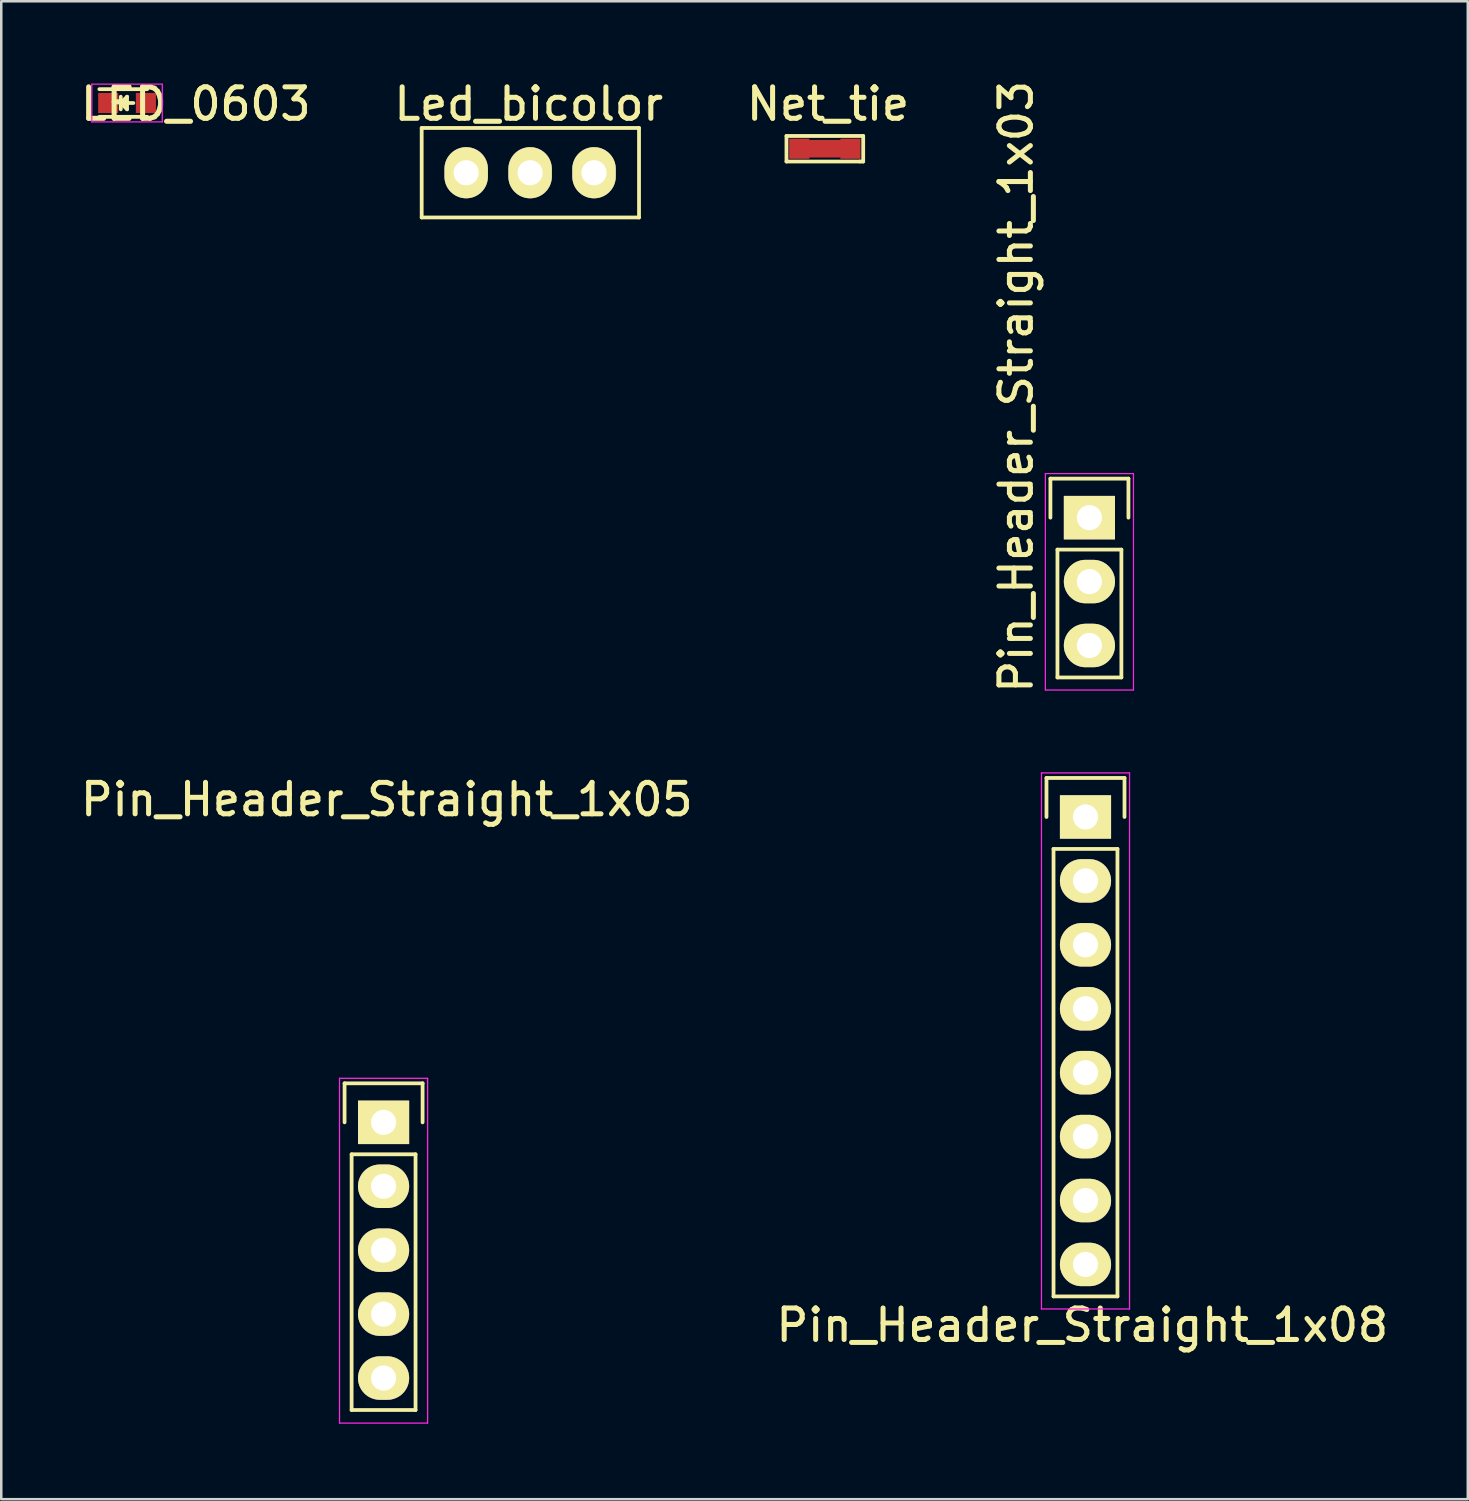
<source format=kicad_pcb>
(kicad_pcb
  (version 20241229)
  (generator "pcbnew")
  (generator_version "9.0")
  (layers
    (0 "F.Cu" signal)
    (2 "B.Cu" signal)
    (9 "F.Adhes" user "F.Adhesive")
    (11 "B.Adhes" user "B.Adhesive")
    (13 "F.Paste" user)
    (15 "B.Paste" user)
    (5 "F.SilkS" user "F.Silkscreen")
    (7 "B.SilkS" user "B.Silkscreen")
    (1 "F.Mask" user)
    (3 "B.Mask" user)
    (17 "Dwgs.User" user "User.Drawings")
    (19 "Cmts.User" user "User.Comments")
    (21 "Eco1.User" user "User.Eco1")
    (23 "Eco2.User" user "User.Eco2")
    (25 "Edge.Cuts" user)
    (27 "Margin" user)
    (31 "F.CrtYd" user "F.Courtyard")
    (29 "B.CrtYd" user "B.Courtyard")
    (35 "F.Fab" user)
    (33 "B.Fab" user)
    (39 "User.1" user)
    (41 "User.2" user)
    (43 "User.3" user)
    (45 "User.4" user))
  (footprint "Pin_Header_Straight_1x05"
    (layer "F.Cu")
    (at 12.191 41.545)
    (property "Reference" "Pin_Header_Straight_1x05" (at 0.127 -12.827 0) (layer "F.SilkS") (effects (font (size 1.25 1.25) (thickness 0.2))))
    (attr through_hole)
    (fp_line (start -1.55 -1.55) (end 1.55 -1.55) (stroke (width 0.15) (type solid)) (layer "F.SilkS"))
    (fp_line (start -1.55 0) (end -1.55 -1.55) (stroke (width 0.15) (type solid)) (layer "F.SilkS"))
    (fp_line (start -1.27 11.43) (end -1.27 1.27) (stroke (width 0.15) (type solid)) (layer "F.SilkS"))
    (fp_line (start 1.27 1.27) (end -1.27 1.27) (stroke (width 0.15) (type solid)) (layer "F.SilkS"))
    (fp_line (start 1.27 1.27) (end 1.27 11.43) (stroke (width 0.15) (type solid)) (layer "F.SilkS"))
    (fp_line (start 1.27 11.43) (end -1.27 11.43) (stroke (width 0.15) (type solid)) (layer "F.SilkS"))
    (fp_line (start 1.55 -1.55) (end 1.55 0) (stroke (width 0.15) (type solid)) (layer "F.SilkS"))
    (fp_line (start -1.75 -1.75) (end -1.75 11.95) (stroke (width 0.05) (type solid)) (layer "F.CrtYd"))
    (fp_line (start -1.75 -1.75) (end 1.75 -1.75) (stroke (width 0.05) (type solid)) (layer "F.CrtYd"))
    (fp_line (start -1.75 11.95) (end 1.75 11.95) (stroke (width 0.05) (type solid)) (layer "F.CrtYd"))
    (fp_line (start 1.75 -1.75) (end 1.75 11.95) (stroke (width 0.05) (type solid)) (layer "F.CrtYd"))
    (pad "1" thru_hole rect (at 0 0) (size 2.032 1.727) (drill 1) (layers "*.Cu" "*.Mask" "F.SilkS"))
    (pad "2" thru_hole oval (at 0 2.54) (size 2.032 1.727) (drill 1) (layers "*.Cu" "*.Mask" "F.SilkS"))
    (pad "3" thru_hole oval (at 0 5.08) (size 2.032 1.727) (drill 1) (layers "*.Cu" "*.Mask" "F.SilkS"))
    (pad "4" thru_hole oval (at 0 7.62) (size 2.032 1.727) (drill 1) (layers "*.Cu" "*.Mask" "F.SilkS"))
    (pad "5" thru_hole oval (at 0 10.16) (size 2.032 1.727) (drill 1) (layers "*.Cu" "*.Mask" "F.SilkS")))
  (footprint "Net_tie"
    (layer "F.Cu")
    (at 29.724 2.86)
    (property "Reference" "Net_tie" (at 0.127 -1.778 0) (layer "F.SilkS") (effects (font (size 1.25 1.25) (thickness 0.2))))
    (attr through_hole)
    (fp_line (start -1.016 0) (end 1.016 0) (stroke (width 0.7) (type solid)) (layer "F.Cu"))
    (fp_line (start -1.524 -0.508) (end -1.524 0.508) (stroke (width 0.15) (type solid)) (layer "F.SilkS"))
    (fp_line (start -1.524 0.508) (end 1.397 0.508) (stroke (width 0.15) (type solid)) (layer "F.SilkS"))
    (fp_line (start 1.397 0.508) (end 1.524 0.508) (stroke (width 0.15) (type solid)) (layer "F.SilkS"))
    (fp_line (start 1.524 -0.508) (end -1.524 -0.508) (stroke (width 0.15) (type solid)) (layer "F.SilkS"))
    (fp_line (start 1.524 0.508) (end 1.524 -0.508) (stroke (width 0.15) (type solid)) (layer "F.SilkS"))
    (pad "1" smd rect (at -1.016 0) (size 0.8 0.8) (layers "F.Cu" "F.Mask" "F.Paste"))
    (pad "2" smd rect (at 1.016 0) (size 0.8 0.8) (layers "F.Cu" "F.Mask" "F.Paste")))
  (footprint "Led_bicolor"
    (layer "F.Cu")
    (at 18.023 3.813)
    (property "Reference" "Led_bicolor" (at -0.064 -2.731 0) (layer "F.SilkS") (effects (font (size 1.25 1.25) (thickness 0.2))))
    (attr through_hole)
    (fp_line (start -4.318 -1.778) (end -4.318 1.778) (stroke (width 0.15) (type solid)) (layer "F.SilkS"))
    (fp_line (start -4.318 1.778) (end 4.318 1.778) (stroke (width 0.15) (type solid)) (layer "F.SilkS"))
    (fp_line (start 4.318 -1.778) (end -4.318 -1.778) (stroke (width 0.15) (type solid)) (layer "F.SilkS"))
    (fp_line (start 4.318 1.778) (end 4.318 -1.778) (stroke (width 0.15) (type solid)) (layer "F.SilkS"))
    (pad "1" thru_hole oval (at -2.55 0) (size 1.727 2.032) (drill 1) (layers "*.Cu" "*.Mask" "F.SilkS"))
    (pad "2" thru_hole oval (at -0.01 0) (size 1.727 2.032) (drill 1) (layers "*.Cu" "*.Mask" "F.SilkS"))
    (pad "3" thru_hole oval (at 2.53 0) (size 1.727 2.032) (drill 1) (layers "*.Cu" "*.Mask" "F.SilkS")))
  (footprint "LED_0603"
    (layer "F.Cu")
    (at 1.998 1.043)
    (property "Reference" "LED_0603" (at 2.731 0.039 0) (layer "F.SilkS") (effects (font (size 1.25 1.25) (thickness 0.2))))
    (attr smd)
    (fp_line (start -1.1 -0.55) (end 0.8 -0.55) (stroke (width 0.15) (type solid)) (layer "F.SilkS"))
    (fp_line (start -1.1 0.55) (end 0.8 0.55) (stroke (width 0.15) (type solid)) (layer "F.SilkS"))
    (fp_line (start -0.25 -0.25) (end -0.25 0.25) (stroke (width 0.15) (type solid)) (layer "F.SilkS"))
    (fp_line (start -0.25 0) (end 0 -0.25) (stroke (width 0.15) (type solid)) (layer "F.SilkS"))
    (fp_line (start -0.2 0) (end 0.25 0) (stroke (width 0.15) (type solid)) (layer "F.SilkS"))
    (fp_line (start 0 -0.25) (end 0 0.25) (stroke (width 0.15) (type solid)) (layer "F.SilkS"))
    (fp_line (start 0 0.25) (end -0.25 0) (stroke (width 0.15) (type solid)) (layer "F.SilkS"))
    (fp_line (start -1.4 -0.75) (end 1.4 -0.75) (stroke (width 0.05) (type solid)) (layer "F.CrtYd"))
    (fp_line (start -1.4 0.75) (end -1.4 -0.75) (stroke (width 0.05) (type solid)) (layer "F.CrtYd"))
    (fp_line (start 1.4 -0.75) (end 1.4 0.75) (stroke (width 0.05) (type solid)) (layer "F.CrtYd"))
    (fp_line (start 1.4 0.75) (end -1.4 0.75) (stroke (width 0.05) (type solid)) (layer "F.CrtYd"))
    (pad "1" smd rect (at -0.749 0 180) (size 0.798 0.798) (layers "F.Cu" "F.Mask" "F.Paste"))
    (pad "2" smd rect (at 0.749 0 180) (size 0.798 0.798) (layers "F.Cu" "F.Mask" "F.Paste")))
  (footprint "Pin_Header_Straight_1x03"
    (layer "F.Cu")
    (at 40.237 17.518)
    (property "Reference" "Pin_Header_Straight_1x03" (at -2.914 -5.2 90) (layer "F.SilkS") (effects (font (size 1.25 1.25) (thickness 0.2))))
    (attr through_hole)
    (fp_line (start -1.55 -1.55) (end 1.55 -1.55) (stroke (width 0.15) (type solid)) (layer "F.SilkS"))
    (fp_line (start -1.55 0) (end -1.55 -1.55) (stroke (width 0.15) (type solid)) (layer "F.SilkS"))
    (fp_line (start -1.27 1.27) (end -1.27 6.35) (stroke (width 0.15) (type solid)) (layer "F.SilkS"))
    (fp_line (start -1.27 6.35) (end 1.27 6.35) (stroke (width 0.15) (type solid)) (layer "F.SilkS"))
    (fp_line (start 1.27 1.27) (end -1.27 1.27) (stroke (width 0.15) (type solid)) (layer "F.SilkS"))
    (fp_line (start 1.27 6.35) (end 1.27 1.27) (stroke (width 0.15) (type solid)) (layer "F.SilkS"))
    (fp_line (start 1.55 -1.55) (end 1.55 0) (stroke (width 0.15) (type solid)) (layer "F.SilkS"))
    (fp_line (start -1.75 -1.75) (end -1.75 6.85) (stroke (width 0.05) (type solid)) (layer "F.CrtYd"))
    (fp_line (start -1.75 -1.75) (end 1.75 -1.75) (stroke (width 0.05) (type solid)) (layer "F.CrtYd"))
    (fp_line (start -1.75 6.85) (end 1.75 6.85) (stroke (width 0.05) (type solid)) (layer "F.CrtYd"))
    (fp_line (start 1.75 -1.75) (end 1.75 6.85) (stroke (width 0.05) (type solid)) (layer "F.CrtYd"))
    (pad "1" thru_hole rect (at 0 0) (size 2.032 1.727) (drill 1) (layers "*.Cu" "*.Mask" "F.SilkS"))
    (pad "2" thru_hole oval (at 0 2.54) (size 2.032 1.727) (drill 1) (layers "*.Cu" "*.Mask" "F.SilkS"))
    (pad "3" thru_hole oval (at 0 5.08) (size 2.032 1.727) (drill 1) (layers "*.Cu" "*.Mask" "F.SilkS")))
  (footprint "Pin_Header_Straight_1x08"
    (layer "F.Cu")
    (at 40.081 29.411)
    (property "Reference" "Pin_Header_Straight_1x08" (at -0.127 20.193 0) (layer "F.SilkS") (effects (font (size 1.25 1.25) (thickness 0.2))))
    (attr through_hole)
    (fp_line (start -1.55 -1.55) (end 1.55 -1.55) (stroke (width 0.15) (type solid)) (layer "F.SilkS"))
    (fp_line (start -1.55 0) (end -1.55 -1.55) (stroke (width 0.15) (type solid)) (layer "F.SilkS"))
    (fp_line (start -1.27 19.05) (end -1.27 1.27) (stroke (width 0.15) (type solid)) (layer "F.SilkS"))
    (fp_line (start 1.27 1.27) (end -1.27 1.27) (stroke (width 0.15) (type solid)) (layer "F.SilkS"))
    (fp_line (start 1.27 1.27) (end 1.27 19.05) (stroke (width 0.15) (type solid)) (layer "F.SilkS"))
    (fp_line (start 1.27 19.05) (end -1.27 19.05) (stroke (width 0.15) (type solid)) (layer "F.SilkS"))
    (fp_line (start 1.55 -1.55) (end 1.55 0) (stroke (width 0.15) (type solid)) (layer "F.SilkS"))
    (fp_line (start -1.75 -1.75) (end -1.75 19.55) (stroke (width 0.05) (type solid)) (layer "F.CrtYd"))
    (fp_line (start -1.75 -1.75) (end 1.75 -1.75) (stroke (width 0.05) (type solid)) (layer "F.CrtYd"))
    (fp_line (start -1.75 19.55) (end 1.75 19.55) (stroke (width 0.05) (type solid)) (layer "F.CrtYd"))
    (fp_line (start 1.75 -1.75) (end 1.75 19.55) (stroke (width 0.05) (type solid)) (layer "F.CrtYd"))
    (pad "1" thru_hole rect (at 0 0) (size 2.032 1.727) (drill 1) (layers "*.Cu" "*.Mask" "F.SilkS"))
    (pad "2" thru_hole oval (at 0 2.54) (size 2.032 1.727) (drill 1) (layers "*.Cu" "*.Mask" "F.SilkS"))
    (pad "3" thru_hole oval (at 0 5.08) (size 2.032 1.727) (drill 1) (layers "*.Cu" "*.Mask" "F.SilkS"))
    (pad "4" thru_hole oval (at 0 7.62) (size 2.032 1.727) (drill 1) (layers "*.Cu" "*.Mask" "F.SilkS"))
    (pad "5" thru_hole oval (at 0 10.16) (size 2.032 1.727) (drill 1) (layers "*.Cu" "*.Mask" "F.SilkS"))
    (pad "6" thru_hole oval (at 0 12.7) (size 2.032 1.727) (drill 1) (layers "*.Cu" "*.Mask" "F.SilkS"))
    (pad "7" thru_hole oval (at 0 15.24) (size 2.032 1.727) (drill 1) (layers "*.Cu" "*.Mask" "F.SilkS"))
    (pad "8" thru_hole oval (at 0 17.78) (size 2.032 1.727) (drill 1) (layers "*.Cu" "*.Mask" "F.SilkS")))
  (gr_rect
    (start -3 -3)
    (end 55.271 56.52)
    (stroke (width 0.1) (type default))
    (fill no)
    (layer "Edge.Cuts")))
</source>
